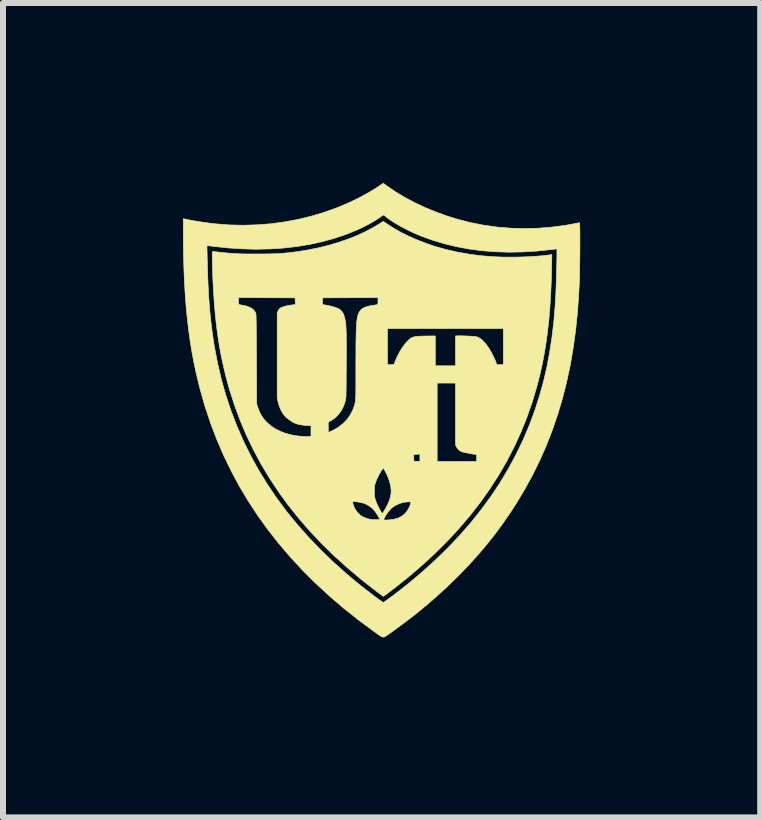
<source format=kicad_pcb>
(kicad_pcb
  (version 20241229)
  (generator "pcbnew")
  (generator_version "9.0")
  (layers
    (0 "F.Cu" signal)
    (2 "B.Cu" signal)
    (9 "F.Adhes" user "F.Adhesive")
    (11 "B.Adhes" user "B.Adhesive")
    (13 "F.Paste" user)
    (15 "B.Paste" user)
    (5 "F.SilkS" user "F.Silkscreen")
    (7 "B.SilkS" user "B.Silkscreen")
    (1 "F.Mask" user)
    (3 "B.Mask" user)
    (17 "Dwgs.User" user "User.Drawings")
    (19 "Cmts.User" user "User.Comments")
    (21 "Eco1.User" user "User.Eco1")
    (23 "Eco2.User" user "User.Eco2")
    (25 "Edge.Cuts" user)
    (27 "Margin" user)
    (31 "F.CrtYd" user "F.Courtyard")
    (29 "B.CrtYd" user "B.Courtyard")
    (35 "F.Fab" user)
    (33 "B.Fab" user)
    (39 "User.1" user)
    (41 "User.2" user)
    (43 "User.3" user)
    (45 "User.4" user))
  (footprint "UT"
    (layer "F.Cu")
    (at 3.294 4.025)
    (property "Reference" "UT" (at 0 0 0) (layer "F.SilkS") (effects (font (size 1.524 1.524) (thickness 0.3))))
    (attr through_hole)
    (fp_poly (pts (xy 0.048 -4.016) (xy 0.063 -4.006) (xy 0.083 -3.992) (xy 0.107 -3.975) (xy 0.11 -3.973) (xy 0.253 -3.875) (xy 0.407 -3.783) (xy 0.57 -3.696) (xy 0.741 -3.616) (xy 0.918 -3.543) (xy 1.1 -3.477) (xy 1.286 -3.42) (xy 1.474 -3.371) (xy 1.513 -3.362) (xy 1.729 -3.32) (xy 1.95 -3.29) (xy 2.172 -3.272) (xy 2.397 -3.265) (xy 2.622 -3.271) (xy 2.846 -3.289) (xy 3.069 -3.318) (xy 3.089 -3.321) (xy 3.126 -3.328) (xy 3.164 -3.335) (xy 3.203 -3.342) (xy 3.24 -3.349) (xy 3.271 -3.355) (xy 3.296 -3.36) (xy 3.31 -3.363) (xy 3.31 -3.363) (xy 3.312 -3.363) (xy 3.314 -3.362) (xy 3.316 -3.357) (xy 3.317 -3.348) (xy 3.318 -3.335) (xy 3.319 -3.316) (xy 3.32 -3.291) (xy 3.32 -3.257) (xy 3.321 -3.215) (xy 3.321 -3.164) (xy 3.321 -3.102) (xy 3.321 -3.028) (xy 3.321 -3.012) (xy 3.321 -2.865) (xy 3.319 -2.729) (xy 3.317 -2.603) (xy 3.315 -2.484) (xy 3.311 -2.371) (xy 3.306 -2.262) (xy 3.302 -2.175) (xy 3.28 -1.864) (xy 3.249 -1.563) (xy 3.208 -1.269) (xy 3.159 -0.983) (xy 3.099 -0.704) (xy 3.03 -0.432) (xy 2.951 -0.167) (xy 2.862 0.092) (xy 2.764 0.345) (xy 2.655 0.592) (xy 2.536 0.835) (xy 2.406 1.073) (xy 2.266 1.307) (xy 2.156 1.476) (xy 2.033 1.654) (xy 1.907 1.825) (xy 1.776 1.991) (xy 1.639 2.153) (xy 1.494 2.315) (xy 1.339 2.477) (xy 1.267 2.55) (xy 1.103 2.709) (xy 0.937 2.861) (xy 0.768 3.008) (xy 0.593 3.152) (xy 0.409 3.294) (xy 0.216 3.436) (xy 0.21 3.441) (xy 0.166 3.472) (xy 0.132 3.496) (xy 0.105 3.514) (xy 0.085 3.527) (xy 0.069 3.536) (xy 0.058 3.541) (xy 0.048 3.543) (xy 0.043 3.543) (xy 0.034 3.542) (xy 0.024 3.539) (xy 0.011 3.532) (xy -0.007 3.522) (xy -0.031 3.506) (xy -0.062 3.484) (xy -0.102 3.456) (xy -0.106 3.453) (xy -0.368 3.259) (xy -0.618 3.06) (xy -0.857 2.855) (xy -1.085 2.645) (xy -1.301 2.43) (xy -1.505 2.209) (xy -1.698 1.983) (xy -1.88 1.751) (xy -2.051 1.514) (xy -2.21 1.271) (xy -2.358 1.022) (xy -2.494 0.768) (xy -2.62 0.508) (xy -2.734 0.242) (xy -2.837 -0.03) (xy -2.929 -0.307) (xy -3.01 -0.591) (xy -3.079 -0.876) (xy -3.116 -1.052) (xy -3.149 -1.231) (xy -3.178 -1.413) (xy -3.203 -1.599) (xy -3.225 -1.791) (xy -3.244 -1.99) (xy -3.259 -2.196) (xy -3.271 -2.41) (xy -3.28 -2.633) (xy -3.286 -2.867) (xy -3.287 -2.975) (xy -2.894 -2.975) (xy -2.894 -2.957) (xy -2.894 -2.93) (xy -2.893 -2.894) (xy -2.892 -2.851) (xy -2.891 -2.802) (xy -2.89 -2.749) (xy -2.888 -2.693) (xy -2.887 -2.636) (xy -2.885 -2.579) (xy -2.883 -2.523) (xy -2.882 -2.47) (xy -2.88 -2.421) (xy -2.878 -2.378) (xy -2.877 -2.342) (xy -2.876 -2.327) (xy -2.864 -2.108) (xy -2.848 -1.898) (xy -2.827 -1.697) (xy -2.802 -1.501) (xy -2.773 -1.309) (xy -2.771 -1.299) (xy -2.718 -1.022) (xy -2.655 -0.751) (xy -2.58 -0.486) (xy -2.493 -0.226) (xy -2.395 0.028) (xy -2.286 0.277) (xy -2.166 0.521) (xy -2.034 0.76) (xy -1.89 0.994) (xy -1.735 1.223) (xy -1.569 1.447) (xy -1.39 1.666) (xy -1.2 1.88) (xy -0.999 2.09) (xy -0.785 2.296) (xy -0.559 2.497) (xy -0.432 2.604) (xy -0.386 2.641) (xy -0.338 2.68) (xy -0.289 2.719) (xy -0.239 2.758) (xy -0.19 2.796) (xy -0.143 2.832) (xy -0.098 2.866) (xy -0.058 2.896) (xy -0.023 2.921) (xy 0.006 2.942) (xy 0.028 2.956) (xy 0.041 2.964) (xy 0.045 2.965) (xy 0.052 2.962) (xy 0.068 2.951) (xy 0.092 2.935) (xy 0.121 2.914) (xy 0.156 2.889) (xy 0.193 2.861) (xy 0.203 2.854) (xy 0.449 2.663) (xy 0.682 2.467) (xy 0.903 2.268) (xy 1.113 2.064) (xy 1.311 1.856) (xy 1.497 1.643) (xy 1.671 1.426) (xy 1.834 1.204) (xy 1.985 0.978) (xy 2.124 0.746) (xy 2.252 0.51) (xy 2.369 0.269) (xy 2.474 0.023) (xy 2.568 -0.228) (xy 2.65 -0.484) (xy 2.718 -0.73) (xy 2.772 -0.963) (xy 2.817 -1.204) (xy 2.855 -1.453) (xy 2.886 -1.71) (xy 2.908 -1.976) (xy 2.914 -2.073) (xy 2.917 -2.122) (xy 2.92 -2.177) (xy 2.922 -2.237) (xy 2.925 -2.3) (xy 2.927 -2.367) (xy 2.929 -2.434) (xy 2.931 -2.502) (xy 2.933 -2.569) (xy 2.935 -2.633) (xy 2.936 -2.694) (xy 2.937 -2.751) (xy 2.938 -2.801) (xy 2.938 -2.845) (xy 2.938 -2.881) (xy 2.938 -2.907) (xy 2.937 -2.923) (xy 2.936 -2.927) (xy 2.928 -2.927) (xy 2.91 -2.924) (xy 2.884 -2.921) (xy 2.852 -2.917) (xy 2.835 -2.915) (xy 2.6 -2.89) (xy 2.368 -2.876) (xy 2.14 -2.872) (xy 1.915 -2.879) (xy 1.695 -2.896) (xy 1.479 -2.924) (xy 1.269 -2.963) (xy 1.065 -3.012) (xy 0.868 -3.071) (xy 0.677 -3.14) (xy 0.6 -3.172) (xy 0.526 -3.205) (xy 0.451 -3.241) (xy 0.376 -3.28) (xy 0.304 -3.32) (xy 0.237 -3.359) (xy 0.176 -3.398) (xy 0.124 -3.434) (xy 0.085 -3.465) (xy 0.068 -3.479) (xy 0.054 -3.489) (xy 0.047 -3.493) (xy 0.041 -3.489) (xy 0.026 -3.48) (xy 0.007 -3.466) (xy -0.001 -3.46) (xy -0.059 -3.421) (xy -0.127 -3.379) (xy -0.201 -3.337) (xy -0.279 -3.297) (xy -0.359 -3.258) (xy -0.397 -3.241) (xy -0.584 -3.166) (xy -0.779 -3.101) (xy -0.981 -3.045) (xy -1.19 -3) (xy -1.405 -2.965) (xy -1.626 -2.94) (xy -1.852 -2.926) (xy -2.083 -2.921) (xy -2.318 -2.928) (xy -2.558 -2.944) (xy -2.779 -2.968) (xy -2.815 -2.973) (xy -2.847 -2.976) (xy -2.872 -2.979) (xy -2.888 -2.981) (xy -2.894 -2.982) (xy -2.894 -2.975) (xy -3.287 -2.975) (xy -3.289 -3.111) (xy -3.289 -3.212) (xy -3.289 -3.43) (xy -3.275 -3.427) (xy -3.23 -3.417) (xy -3.175 -3.406) (xy -3.112 -3.395) (xy -3.044 -3.384) (xy -2.973 -3.373) (xy -2.902 -3.363) (xy -2.833 -3.353) (xy -2.769 -3.346) (xy -2.746 -3.344) (xy -2.515 -3.326) (xy -2.284 -3.321) (xy -2.054 -3.328) (xy -1.826 -3.346) (xy -1.599 -3.377) (xy -1.376 -3.418) (xy -1.155 -3.472) (xy -0.939 -3.537) (xy -0.727 -3.613) (xy -0.521 -3.7) (xy -0.38 -3.768) (xy -0.316 -3.801) (xy -0.251 -3.837) (xy -0.186 -3.874) (xy -0.124 -3.91) (xy -0.069 -3.945) (xy -0.022 -3.977) (xy -0.014 -3.982) (xy 0.008 -3.998) (xy 0.027 -4.01) (xy 0.039 -4.018) (xy 0.042 -4.02) (xy 0.048 -4.016)) (stroke (width 0.01) (type solid)) (fill yes) (layer "F.SilkS"))
    (fp_poly (pts (xy 0.103 -3.345) (xy 0.215 -3.273) (xy 0.337 -3.203) (xy 0.469 -3.138) (xy 0.608 -3.077) (xy 0.752 -3.021) (xy 0.901 -2.97) (xy 1.052 -2.927) (xy 1.097 -2.915) (xy 1.283 -2.873) (xy 1.468 -2.84) (xy 1.656 -2.815) (xy 1.847 -2.798) (xy 2.044 -2.79) (xy 2.249 -2.79) (xy 2.264 -2.79) (xy 2.349 -2.792) (xy 2.434 -2.795) (xy 2.518 -2.8) (xy 2.598 -2.805) (xy 2.673 -2.811) (xy 2.739 -2.817) (xy 2.797 -2.824) (xy 2.832 -2.829) (xy 2.853 -2.833) (xy 2.849 -2.599) (xy 2.843 -2.368) (xy 2.833 -2.147) (xy 2.82 -1.937) (xy 2.803 -1.736) (xy 2.781 -1.543) (xy 2.756 -1.356) (xy 2.726 -1.175) (xy 2.692 -0.998) (xy 2.653 -0.824) (xy 2.609 -0.653) (xy 2.6 -0.62) (xy 2.523 -0.363) (xy 2.434 -0.11) (xy 2.334 0.137) (xy 2.223 0.379) (xy 2.1 0.616) (xy 1.965 0.848) (xy 1.819 1.075) (xy 1.661 1.298) (xy 1.491 1.516) (xy 1.31 1.729) (xy 1.117 1.938) (xy 0.912 2.142) (xy 0.695 2.342) (xy 0.514 2.498) (xy 0.475 2.531) (xy 0.432 2.566) (xy 0.386 2.603) (xy 0.339 2.64) (xy 0.293 2.677) (xy 0.247 2.713) (xy 0.203 2.748) (xy 0.162 2.779) (xy 0.125 2.807) (xy 0.094 2.83) (xy 0.07 2.848) (xy 0.052 2.859) (xy 0.044 2.864) (xy 0.043 2.864) (xy 0.038 2.86) (xy 0.024 2.85) (xy 0.003 2.834) (xy -0.024 2.814) (xy -0.056 2.791) (xy -0.07 2.78) (xy -0.315 2.589) (xy -0.548 2.393) (xy -0.77 2.193) (xy -0.98 1.988) (xy -1.178 1.779) (xy -1.364 1.564) (xy -1.539 1.345) (xy -1.574 1.297) (xy -0.466 1.297) (xy -0.463 1.316) (xy -0.455 1.341) (xy -0.444 1.37) (xy -0.43 1.4) (xy -0.428 1.404) (xy -0.405 1.44) (xy -0.376 1.475) (xy -0.344 1.507) (xy -0.312 1.531) (xy -0.309 1.533) (xy -0.277 1.548) (xy -0.237 1.563) (xy -0.196 1.575) (xy -0.17 1.58) (xy -0.149 1.583) (xy -0.123 1.585) (xy -0.095 1.586) (xy -0.067 1.587) (xy -0.042 1.586) (xy -0.023 1.585) (xy -0.014 1.584) (xy -0.013 1.583) (xy -0.013 1.581) (xy 0.054 1.581) (xy 0.055 1.589) (xy 0.063 1.592) (xy 0.081 1.593) (xy 0.107 1.592) (xy 0.138 1.59) (xy 0.171 1.586) (xy 0.205 1.581) (xy 0.235 1.576) (xy 0.241 1.574) (xy 0.298 1.557) (xy 0.348 1.531) (xy 0.393 1.497) (xy 0.407 1.484) (xy 0.434 1.451) (xy 0.459 1.414) (xy 0.48 1.374) (xy 0.495 1.336) (xy 0.499 1.316) (xy 0.503 1.289) (xy 0.464 1.289) (xy 0.403 1.294) (xy 0.342 1.308) (xy 0.282 1.331) (xy 0.227 1.36) (xy 0.181 1.395) (xy 0.173 1.402) (xy 0.15 1.427) (xy 0.127 1.455) (xy 0.106 1.484) (xy 0.086 1.514) (xy 0.07 1.541) (xy 0.059 1.564) (xy 0.054 1.581) (xy -0.013 1.581) (xy -0.016 1.573) (xy -0.025 1.556) (xy -0.038 1.533) (xy -0.053 1.508) (xy -0.07 1.483) (xy -0.085 1.46) (xy -0.097 1.444) (xy -0.145 1.392) (xy -0.2 1.351) (xy -0.261 1.32) (xy -0.294 1.309) (xy -0.32 1.302) (xy -0.35 1.296) (xy -0.382 1.291) (xy -0.411 1.287) (xy -0.437 1.285) (xy -0.455 1.285) (xy -0.464 1.287) (xy -0.466 1.297) (xy -1.574 1.297) (xy -1.702 1.122) (xy -1.706 1.114) (xy -0.104 1.114) (xy -0.104 1.152) (xy -0.103 1.179) (xy -0.101 1.202) (xy -0.097 1.221) (xy -0.091 1.242) (xy -0.086 1.257) (xy -0.071 1.3) (xy -0.05 1.347) (xy -0.027 1.394) (xy -0.004 1.437) (xy 0.008 1.456) (xy 0.027 1.487) (xy 0.056 1.444) (xy 0.071 1.418) (xy 0.088 1.387) (xy 0.106 1.354) (xy 0.114 1.337) (xy 0.144 1.269) (xy 0.164 1.207) (xy 0.174 1.148) (xy 0.175 1.089) (xy 0.168 1.027) (xy 0.151 0.96) (xy 0.142 0.93) (xy 0.133 0.904) (xy 0.121 0.875) (xy 0.107 0.843) (xy 0.092 0.812) (xy 0.078 0.783) (xy 0.064 0.758) (xy 0.054 0.741) (xy 0.047 0.732) (xy 0.046 0.732) (xy 0.038 0.735) (xy 0.026 0.749) (xy 0.011 0.771) (xy -0.006 0.799) (xy -0.024 0.831) (xy -0.042 0.866) (xy -0.059 0.903) (xy -0.074 0.938) (xy -0.086 0.97) (xy -0.086 0.972) (xy -0.094 0.995) (xy -0.099 1.015) (xy -0.102 1.035) (xy -0.104 1.059) (xy -0.104 1.089) (xy -0.104 1.114) (xy -1.706 1.114) (xy -1.853 0.893) (xy -1.993 0.659) (xy -2.121 0.42) (xy -2.238 0.177) (xy -2.343 -0.072) (xy -2.437 -0.326) (xy -2.52 -0.585) (xy -2.534 -0.635) (xy -2.578 -0.796) (xy -2.617 -0.959) (xy -2.653 -1.123) (xy -2.684 -1.291) (xy -2.711 -1.462) (xy -2.735 -1.64) (xy -2.755 -1.823) (xy -2.772 -2.015) (xy -2.773 -2.032) (xy -2.369 -2.032) (xy -2.368 -2.016) (xy -2.364 -2.005) (xy -2.356 -1.999) (xy -2.34 -1.995) (xy -2.315 -1.99) (xy -2.299 -1.988) (xy -2.233 -1.973) (xy -2.178 -1.952) (xy -2.135 -1.926) (xy -2.103 -1.894) (xy -2.087 -1.867) (xy -2.084 -1.862) (xy -2.083 -1.858) (xy -2.081 -1.852) (xy -2.08 -1.844) (xy -2.078 -1.834) (xy -2.077 -1.821) (xy -2.076 -1.804) (xy -2.076 -1.782) (xy -2.075 -1.755) (xy -2.074 -1.723) (xy -2.074 -1.683) (xy -2.073 -1.636) (xy -2.073 -1.581) (xy -2.072 -1.518) (xy -2.072 -1.445) (xy -2.071 -1.361) (xy -2.071 -1.267) (xy -2.07 -1.161) (xy -2.07 -1.092) (xy -2.067 -0.346) (xy -2.049 -0.29) (xy -2.02 -0.211) (xy -1.982 -0.141) (xy -1.934 -0.076) (xy -1.893 -0.033) (xy -1.827 0.024) (xy -1.751 0.074) (xy -1.667 0.116) (xy -1.576 0.15) (xy -1.479 0.175) (xy -1.377 0.192) (xy -1.324 0.196) (xy -1.294 0.198) (xy -1.268 0.2) (xy -1.25 0.201) (xy -1.241 0.202) (xy -1.233 0.202) (xy -1.214 0.201) (xy -1.189 0.199) (xy -1.16 0.197) (xy -1.054 0.183) (xy -0.953 0.16) (xy -0.859 0.127) (xy -0.773 0.087) (xy -0.694 0.038) (xy -0.624 -0.018) (xy -0.562 -0.082) (xy -0.511 -0.152) (xy -0.469 -0.229) (xy -0.438 -0.312) (xy -0.425 -0.365) (xy -0.423 -0.376) (xy -0.421 -0.388) (xy -0.419 -0.401) (xy -0.418 -0.416) (xy -0.417 -0.435) (xy -0.416 -0.457) (xy -0.415 -0.485) (xy -0.414 -0.519) (xy -0.414 -0.56) (xy -0.413 -0.608) (xy -0.413 -0.665) (xy -0.413 -0.732) (xy -0.413 -0.809) (xy -0.413 -0.898) (xy -0.413 -0.946) (xy -0.413 -1.066) (xy -0.412 -1.175) (xy -0.412 -1.272) (xy -0.411 -1.359) (xy -0.41 -1.436) (xy -0.408 -1.504) (xy -0.407 -1.563) (xy -0.405 -1.6) (xy 0.114 -1.6) (xy 0.114 -0.996) (xy 0.169 -0.998) (xy 0.224 -1) (xy 0.241 -1.049) (xy 0.275 -1.129) (xy 0.315 -1.208) (xy 0.361 -1.282) (xy 0.41 -1.348) (xy 0.439 -1.38) (xy 0.461 -1.403) (xy 0.481 -1.422) (xy 0.501 -1.438) (xy 0.523 -1.449) (xy 0.547 -1.458) (xy 0.575 -1.465) (xy 0.61 -1.469) (xy 0.653 -1.472) (xy 0.704 -1.473) (xy 0.767 -1.475) (xy 0.775 -1.475) (xy 0.911 -1.476) (xy 0.911 -0.565) (xy 0.911 -0.435) (xy 0.911 -0.317) (xy 0.911 -0.21) (xy 0.911 -0.115) (xy 0.911 -0.03) (xy 0.91 0.045) (xy 0.91 0.111) (xy 0.91 0.168) (xy 0.909 0.216) (xy 0.909 0.257) (xy 0.908 0.291) (xy 0.907 0.318) (xy 0.906 0.34) (xy 0.905 0.355) (xy 0.904 0.366) (xy 0.903 0.373) (xy 0.903 0.374) (xy 0.889 0.402) (xy 0.866 0.43) (xy 0.837 0.452) (xy 0.81 0.465) (xy 0.793 0.47) (xy 0.766 0.475) (xy 0.733 0.481) (xy 0.698 0.485) (xy 0.693 0.486) (xy 0.659 0.49) (xy 0.626 0.494) (xy 0.6 0.497) (xy 0.581 0.499) (xy 0.579 0.499) (xy 0.552 0.502) (xy 0.552 0.555) (xy 0.553 0.58) (xy 0.554 0.599) (xy 0.556 0.61) (xy 0.557 0.612) (xy 0.564 0.612) (xy 0.582 0.613) (xy 0.612 0.614) (xy 0.651 0.614) (xy 0.699 0.615) (xy 0.755 0.615) (xy 0.818 0.615) (xy 0.887 0.616) (xy 0.962 0.616) (xy 1.04 0.616) (xy 1.081 0.616) (xy 1.6 0.616) (xy 1.6 0.502) (xy 1.57 0.498) (xy 1.549 0.495) (xy 1.52 0.49) (xy 1.486 0.483) (xy 1.45 0.476) (xy 1.416 0.469) (xy 1.387 0.463) (xy 1.367 0.458) (xy 1.365 0.457) (xy 1.324 0.44) (xy 1.29 0.413) (xy 1.266 0.377) (xy 1.266 0.377) (xy 1.248 0.34) (xy 1.248 -1.476) (xy 1.292 -1.478) (xy 1.313 -1.479) (xy 1.343 -1.478) (xy 1.38 -1.477) (xy 1.421 -1.476) (xy 1.464 -1.474) (xy 1.467 -1.474) (xy 1.511 -1.471) (xy 1.545 -1.469) (xy 1.57 -1.467) (xy 1.589 -1.464) (xy 1.603 -1.461) (xy 1.616 -1.457) (xy 1.629 -1.451) (xy 1.636 -1.448) (xy 1.671 -1.426) (xy 1.708 -1.393) (xy 1.746 -1.351) (xy 1.784 -1.301) (xy 1.799 -1.28) (xy 1.818 -1.249) (xy 1.839 -1.212) (xy 1.861 -1.172) (xy 1.881 -1.131) (xy 1.899 -1.093) (xy 1.914 -1.06) (xy 1.923 -1.034) (xy 1.925 -1.028) (xy 1.933 -0.997) (xy 2.045 -0.997) (xy 2.045 -1.6) (xy 0.114 -1.6) (xy -0.405 -1.6) (xy -0.404 -1.615) (xy -0.402 -1.661) (xy -0.399 -1.7) (xy -0.395 -1.734) (xy -0.391 -1.764) (xy -0.386 -1.789) (xy -0.381 -1.812) (xy -0.375 -1.832) (xy -0.372 -1.841) (xy -0.356 -1.877) (xy -0.334 -1.906) (xy -0.307 -1.93) (xy -0.271 -1.95) (xy -0.226 -1.966) (xy -0.171 -1.979) (xy -0.139 -1.984) (xy -0.11 -1.989) (xy -0.084 -1.993) (xy -0.066 -1.996) (xy -0.059 -1.998) (xy -0.052 -2) (xy -0.048 -2.005) (xy -0.045 -2.015) (xy -0.045 -2.032) (xy -0.044 -2.058) (xy -0.044 -2.115) (xy -0.506 -2.113) (xy -0.968 -2.111) (xy -0.97 -2.056) (xy -0.971 -2.029) (xy -0.97 -2.013) (xy -0.968 -2.004) (xy -0.964 -2) (xy -0.958 -1.998) (xy -0.883 -1.984) (xy -0.821 -1.971) (xy -0.769 -1.956) (xy -0.726 -1.941) (xy -0.691 -1.924) (xy -0.663 -1.903) (xy -0.642 -1.879) (xy -0.624 -1.851) (xy -0.611 -1.818) (xy -0.6 -1.779) (xy -0.594 -1.753) (xy -0.59 -1.733) (xy -0.586 -1.713) (xy -0.583 -1.693) (xy -0.581 -1.67) (xy -0.579 -1.644) (xy -0.577 -1.614) (xy -0.575 -1.58) (xy -0.574 -1.54) (xy -0.573 -1.494) (xy -0.573 -1.44) (xy -0.572 -1.378) (xy -0.572 -1.308) (xy -0.572 -1.227) (xy -0.572 -1.136) (xy -0.573 -1.033) (xy -0.573 -1.006) (xy -0.573 -0.909) (xy -0.574 -0.823) (xy -0.574 -0.748) (xy -0.574 -0.684) (xy -0.575 -0.628) (xy -0.575 -0.581) (xy -0.576 -0.542) (xy -0.577 -0.51) (xy -0.577 -0.483) (xy -0.578 -0.461) (xy -0.58 -0.444) (xy -0.581 -0.43) (xy -0.583 -0.418) (xy -0.584 -0.409) (xy -0.586 -0.399) (xy -0.589 -0.39) (xy -0.589 -0.389) (xy -0.616 -0.309) (xy -0.653 -0.236) (xy -0.7 -0.171) (xy -0.754 -0.115) (xy -0.817 -0.069) (xy -0.888 -0.032) (xy -0.923 -0.018) (xy -0.983 -0.002) (xy -1.05 0.01) (xy -1.121 0.017) (xy -1.193 0.018) (xy -1.264 0.014) (xy -1.33 0.006) (xy -1.39 -0.008) (xy -1.426 -0.021) (xy -1.463 -0.039) (xy -1.504 -0.065) (xy -1.544 -0.094) (xy -1.58 -0.124) (xy -1.597 -0.141) (xy -1.631 -0.186) (xy -1.661 -0.239) (xy -1.687 -0.299) (xy -1.706 -0.361) (xy -1.709 -0.375) (xy -1.724 -0.441) (xy -1.724 -1.864) (xy -1.71 -1.893) (xy -1.698 -1.914) (xy -1.681 -1.934) (xy -1.675 -1.939) (xy -1.656 -1.95) (xy -1.628 -1.96) (xy -1.593 -1.971) (xy -1.555 -1.98) (xy -1.517 -1.988) (xy -1.495 -1.99) (xy -1.471 -1.993) (xy -1.45 -1.996) (xy -1.44 -1.998) (xy -1.422 -2.001) (xy -1.424 -2.056) (xy -1.426 -2.111) (xy -1.897 -2.113) (xy -2.369 -2.115) (xy -2.369 -2.058) (xy -2.369 -2.032) (xy -2.773 -2.032) (xy -2.785 -2.215) (xy -2.796 -2.425) (xy -2.803 -2.646) (xy -2.804 -2.697) (xy -2.805 -2.751) (xy -2.806 -2.794) (xy -2.807 -2.826) (xy -2.806 -2.85) (xy -2.805 -2.866) (xy -2.804 -2.876) (xy -2.802 -2.881) (xy -2.799 -2.883) (xy -2.799 -2.883) (xy -2.79 -2.882) (xy -2.77 -2.88) (xy -2.743 -2.878) (xy -2.709 -2.874) (xy -2.676 -2.871) (xy -2.612 -2.864) (xy -2.555 -2.858) (xy -2.502 -2.854) (xy -2.452 -2.85) (xy -2.402 -2.847) (xy -2.35 -2.845) (xy -2.294 -2.843) (xy -2.232 -2.842) (xy -2.162 -2.842) (xy -2.082 -2.842) (xy -2.061 -2.842) (xy -1.972 -2.842) (xy -1.895 -2.843) (xy -1.826 -2.844) (xy -1.764 -2.846) (xy -1.706 -2.848) (xy -1.651 -2.852) (xy -1.597 -2.857) (xy -1.541 -2.862) (xy -1.481 -2.869) (xy -1.419 -2.877) (xy -1.235 -2.905) (xy -1.054 -2.941) (xy -0.877 -2.984) (xy -0.707 -3.034) (xy -0.543 -3.09) (xy -0.387 -3.152) (xy -0.241 -3.22) (xy -0.104 -3.294) (xy -0.015 -3.348) (xy 0.044 -3.386) (xy 0.103 -3.345)) (stroke (width 0.01) (type solid)) (fill yes) (layer "F.SilkS")))
  (gr_rect
    (start -3 -3)
    (end 9.62 10.573)
    (stroke (width 0.1) (type default))
    (fill no)
    (layer "Edge.Cuts")))
</source>
